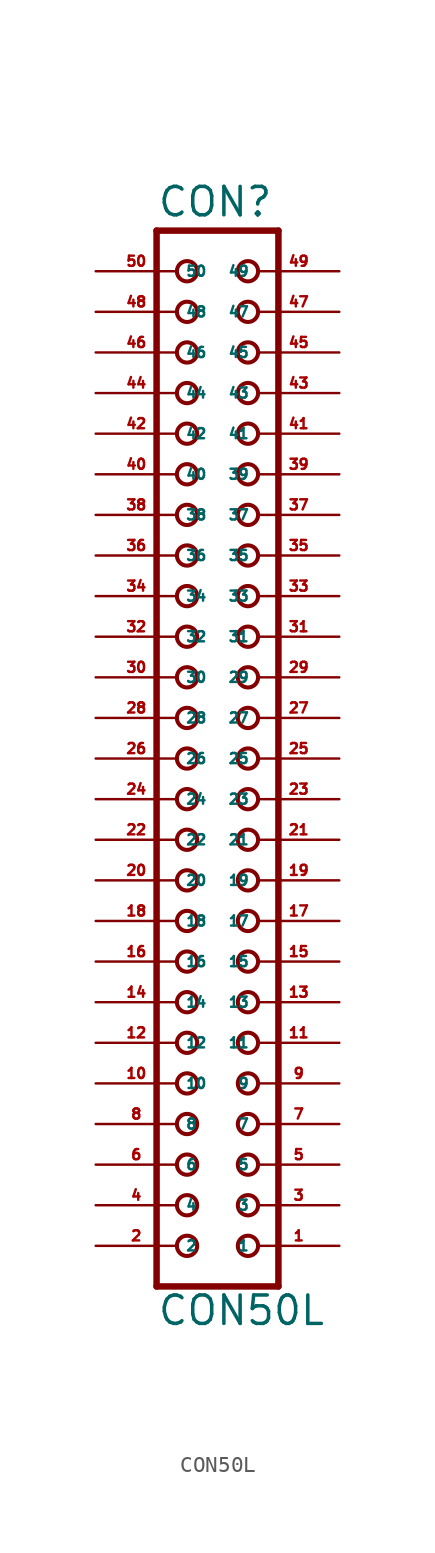
<source format=kicad_sym>
(kicad_symbol_lib
  (version 20220914)
  (generator Eagle2Kicad)
  (symbol "CON50L"
    (property "Reference" "CON"
      (at -3.81 33.782 0)
      (effects (font (size 1.778 1.778) (thickness 0.22)) (justify left bottom)))
    (property "Value" "CON50L"
      (at -3.81 -35.56 0)
      (effects (font (size 1.778 1.778) (thickness 0.22)) (justify left bottom)))
    (polyline
      (pts (xy 3.81 -33.02) (xy -3.81 -33.02))
      (stroke (width 0.406) (type default))
      (fill (type none)))
    (polyline
      (pts (xy -3.81 33.02) (xy -3.81 -33.02))
      (stroke (width 0.406) (type default))
      (fill (type none)))
    (polyline
      (pts (xy -3.81 33.02) (xy 3.81 33.02))
      (stroke (width 0.406) (type default))
      (fill (type none)))
    (polyline
      (pts (xy 3.81 -33.02) (xy 3.81 33.02))
      (stroke (width 0.406) (type default))
      (fill (type none)))
    (circle
      (center 1.905 -30.48)
      (radius 0.635)
      (stroke (width 0.254) (type default))
      (fill (type none)))
    (circle
      (center 1.905 -27.94)
      (radius 0.635)
      (stroke (width 0.254) (type default))
      (fill (type none)))
    (circle
      (center 1.905 -25.4)
      (radius 0.635)
      (stroke (width 0.254) (type default))
      (fill (type none)))
    (circle
      (center 1.905 -22.86)
      (radius 0.635)
      (stroke (width 0.254) (type default))
      (fill (type none)))
    (circle
      (center 1.905 -20.32)
      (radius 0.635)
      (stroke (width 0.254) (type default))
      (fill (type none)))
    (circle
      (center 1.905 -17.78)
      (radius 0.635)
      (stroke (width 0.254) (type default))
      (fill (type none)))
    (circle
      (center 1.905 -15.24)
      (radius 0.635)
      (stroke (width 0.254) (type default))
      (fill (type none)))
    (circle
      (center 1.905 -12.7)
      (radius 0.635)
      (stroke (width 0.254) (type default))
      (fill (type none)))
    (circle
      (center 1.905 -10.16)
      (radius 0.635)
      (stroke (width 0.254) (type default))
      (fill (type none)))
    (circle
      (center 1.905 -7.62)
      (radius 0.635)
      (stroke (width 0.254) (type default))
      (fill (type none)))
    (circle
      (center -1.905 -30.48)
      (radius 0.635)
      (stroke (width 0.254) (type default))
      (fill (type none)))
    (circle
      (center -1.905 -27.94)
      (radius 0.635)
      (stroke (width 0.254) (type default))
      (fill (type none)))
    (circle
      (center -1.905 -25.4)
      (radius 0.635)
      (stroke (width 0.254) (type default))
      (fill (type none)))
    (circle
      (center -1.905 -22.86)
      (radius 0.635)
      (stroke (width 0.254) (type default))
      (fill (type none)))
    (circle
      (center -1.905 -20.32)
      (radius 0.635)
      (stroke (width 0.254) (type default))
      (fill (type none)))
    (circle
      (center -1.905 -17.78)
      (radius 0.635)
      (stroke (width 0.254) (type default))
      (fill (type none)))
    (circle
      (center -1.905 -15.24)
      (radius 0.635)
      (stroke (width 0.254) (type default))
      (fill (type none)))
    (circle
      (center -1.905 -12.7)
      (radius 0.635)
      (stroke (width 0.254) (type default))
      (fill (type none)))
    (circle
      (center -1.905 -10.16)
      (radius 0.635)
      (stroke (width 0.254) (type default))
      (fill (type none)))
    (circle
      (center -1.905 -7.62)
      (radius 0.635)
      (stroke (width 0.254) (type default))
      (fill (type none)))
    (circle
      (center 1.905 -5.08)
      (radius 0.635)
      (stroke (width 0.254) (type default))
      (fill (type none)))
    (circle
      (center 1.905 -2.54)
      (radius 0.635)
      (stroke (width 0.254) (type default))
      (fill (type none)))
    (circle
      (center 1.905 0)
      (radius 0.635)
      (stroke (width 0.254) (type default))
      (fill (type none)))
    (circle
      (center 1.905 2.54)
      (radius 0.635)
      (stroke (width 0.254) (type default))
      (fill (type none)))
    (circle
      (center 1.905 5.08)
      (radius 0.635)
      (stroke (width 0.254) (type default))
      (fill (type none)))
    (circle
      (center 1.905 7.62)
      (radius 0.635)
      (stroke (width 0.254) (type default))
      (fill (type none)))
    (circle
      (center 1.905 10.16)
      (radius 0.635)
      (stroke (width 0.254) (type default))
      (fill (type none)))
    (circle
      (center 1.905 12.7)
      (radius 0.635)
      (stroke (width 0.254) (type default))
      (fill (type none)))
    (circle
      (center 1.905 15.24)
      (radius 0.635)
      (stroke (width 0.254) (type default))
      (fill (type none)))
    (circle
      (center 1.905 17.78)
      (radius 0.635)
      (stroke (width 0.254) (type default))
      (fill (type none)))
    (circle
      (center -1.905 -5.08)
      (radius 0.635)
      (stroke (width 0.254) (type default))
      (fill (type none)))
    (circle
      (center -1.905 -2.54)
      (radius 0.635)
      (stroke (width 0.254) (type default))
      (fill (type none)))
    (circle
      (center -1.905 0)
      (radius 0.635)
      (stroke (width 0.254) (type default))
      (fill (type none)))
    (circle
      (center -1.905 2.54)
      (radius 0.635)
      (stroke (width 0.254) (type default))
      (fill (type none)))
    (circle
      (center -1.905 5.08)
      (radius 0.635)
      (stroke (width 0.254) (type default))
      (fill (type none)))
    (circle
      (center -1.905 7.62)
      (radius 0.635)
      (stroke (width 0.254) (type default))
      (fill (type none)))
    (circle
      (center -1.905 10.16)
      (radius 0.635)
      (stroke (width 0.254) (type default))
      (fill (type none)))
    (circle
      (center -1.905 12.7)
      (radius 0.635)
      (stroke (width 0.254) (type default))
      (fill (type none)))
    (circle
      (center -1.905 15.24)
      (radius 0.635)
      (stroke (width 0.254) (type default))
      (fill (type none)))
    (circle
      (center -1.905 17.78)
      (radius 0.635)
      (stroke (width 0.254) (type default))
      (fill (type none)))
    (circle
      (center 1.905 20.32)
      (radius 0.635)
      (stroke (width 0.254) (type default))
      (fill (type none)))
    (circle
      (center 1.905 22.86)
      (radius 0.635)
      (stroke (width 0.254) (type default))
      (fill (type none)))
    (circle
      (center 1.905 25.4)
      (radius 0.635)
      (stroke (width 0.254) (type default))
      (fill (type none)))
    (circle
      (center 1.905 27.94)
      (radius 0.635)
      (stroke (width 0.254) (type default))
      (fill (type none)))
    (circle
      (center 1.905 30.48)
      (radius 0.635)
      (stroke (width 0.254) (type default))
      (fill (type none)))
    (circle
      (center -1.905 20.32)
      (radius 0.635)
      (stroke (width 0.254) (type default))
      (fill (type none)))
    (circle
      (center -1.905 22.86)
      (radius 0.635)
      (stroke (width 0.254) (type default))
      (fill (type none)))
    (circle
      (center -1.905 25.4)
      (radius 0.635)
      (stroke (width 0.254) (type default))
      (fill (type none)))
    (circle
      (center -1.905 27.94)
      (radius 0.635)
      (stroke (width 0.254) (type default))
      (fill (type none)))
    (circle
      (center -1.905 30.48)
      (radius 0.635)
      (stroke (width 0.254) (type default))
      (fill (type none)))
    (pin passive line
      (at 7.62 -30.48 180)
      (length 5.08)
      (name "1" (effects (font (size 0.635 0.635) (thickness 0.08)) (justify left bottom)))
      (number "1" (effects (font (size 0.635 0.635) (thickness 0.08)) (justify left bottom))))
    (pin passive line
      (at -7.62 -30.48 0)
      (length 5.08)
      (name "2" (effects (font (size 0.635 0.635) (thickness 0.08)) (justify left bottom)))
      (number "2" (effects (font (size 0.635 0.635) (thickness 0.08)) (justify left bottom))))
    (pin passive line
      (at 7.62 -27.94 180)
      (length 5.08)
      (name "3" (effects (font (size 0.635 0.635) (thickness 0.08)) (justify left bottom)))
      (number "3" (effects (font (size 0.635 0.635) (thickness 0.08)) (justify left bottom))))
    (pin passive line
      (at -7.62 -27.94 0)
      (length 5.08)
      (name "4" (effects (font (size 0.635 0.635) (thickness 0.08)) (justify left bottom)))
      (number "4" (effects (font (size 0.635 0.635) (thickness 0.08)) (justify left bottom))))
    (pin passive line
      (at 7.62 -25.4 180)
      (length 5.08)
      (name "5" (effects (font (size 0.635 0.635) (thickness 0.08)) (justify left bottom)))
      (number "5" (effects (font (size 0.635 0.635) (thickness 0.08)) (justify left bottom))))
    (pin passive line
      (at -7.62 -25.4 0)
      (length 5.08)
      (name "6" (effects (font (size 0.635 0.635) (thickness 0.08)) (justify left bottom)))
      (number "6" (effects (font (size 0.635 0.635) (thickness 0.08)) (justify left bottom))))
    (pin passive line
      (at 7.62 -22.86 180)
      (length 5.08)
      (name "7" (effects (font (size 0.635 0.635) (thickness 0.08)) (justify left bottom)))
      (number "7" (effects (font (size 0.635 0.635) (thickness 0.08)) (justify left bottom))))
    (pin passive line
      (at -7.62 -22.86 0)
      (length 5.08)
      (name "8" (effects (font (size 0.635 0.635) (thickness 0.08)) (justify left bottom)))
      (number "8" (effects (font (size 0.635 0.635) (thickness 0.08)) (justify left bottom))))
    (pin passive line
      (at 7.62 -20.32 180)
      (length 5.08)
      (name "9" (effects (font (size 0.635 0.635) (thickness 0.08)) (justify left bottom)))
      (number "9" (effects (font (size 0.635 0.635) (thickness 0.08)) (justify left bottom))))
    (pin passive line
      (at -7.62 -20.32 0)
      (length 5.08)
      (name "10" (effects (font (size 0.635 0.635) (thickness 0.08)) (justify left bottom)))
      (number "10" (effects (font (size 0.635 0.635) (thickness 0.08)) (justify left bottom))))
    (pin passive line
      (at 7.62 -17.78 180)
      (length 5.08)
      (name "11" (effects (font (size 0.635 0.635) (thickness 0.08)) (justify left bottom)))
      (number "11" (effects (font (size 0.635 0.635) (thickness 0.08)) (justify left bottom))))
    (pin passive line
      (at -7.62 -17.78 0)
      (length 5.08)
      (name "12" (effects (font (size 0.635 0.635) (thickness 0.08)) (justify left bottom)))
      (number "12" (effects (font (size 0.635 0.635) (thickness 0.08)) (justify left bottom))))
    (pin passive line
      (at 7.62 -15.24 180)
      (length 5.08)
      (name "13" (effects (font (size 0.635 0.635) (thickness 0.08)) (justify left bottom)))
      (number "13" (effects (font (size 0.635 0.635) (thickness 0.08)) (justify left bottom))))
    (pin passive line
      (at -7.62 -15.24 0)
      (length 5.08)
      (name "14" (effects (font (size 0.635 0.635) (thickness 0.08)) (justify left bottom)))
      (number "14" (effects (font (size 0.635 0.635) (thickness 0.08)) (justify left bottom))))
    (pin passive line
      (at 7.62 -12.7 180)
      (length 5.08)
      (name "15" (effects (font (size 0.635 0.635) (thickness 0.08)) (justify left bottom)))
      (number "15" (effects (font (size 0.635 0.635) (thickness 0.08)) (justify left bottom))))
    (pin passive line
      (at -7.62 -12.7 0)
      (length 5.08)
      (name "16" (effects (font (size 0.635 0.635) (thickness 0.08)) (justify left bottom)))
      (number "16" (effects (font (size 0.635 0.635) (thickness 0.08)) (justify left bottom))))
    (pin passive line
      (at 7.62 -10.16 180)
      (length 5.08)
      (name "17" (effects (font (size 0.635 0.635) (thickness 0.08)) (justify left bottom)))
      (number "17" (effects (font (size 0.635 0.635) (thickness 0.08)) (justify left bottom))))
    (pin passive line
      (at -7.62 -10.16 0)
      (length 5.08)
      (name "18" (effects (font (size 0.635 0.635) (thickness 0.08)) (justify left bottom)))
      (number "18" (effects (font (size 0.635 0.635) (thickness 0.08)) (justify left bottom))))
    (pin passive line
      (at 7.62 -7.62 180)
      (length 5.08)
      (name "19" (effects (font (size 0.635 0.635) (thickness 0.08)) (justify left bottom)))
      (number "19" (effects (font (size 0.635 0.635) (thickness 0.08)) (justify left bottom))))
    (pin passive line
      (at -7.62 -7.62 0)
      (length 5.08)
      (name "20" (effects (font (size 0.635 0.635) (thickness 0.08)) (justify left bottom)))
      (number "20" (effects (font (size 0.635 0.635) (thickness 0.08)) (justify left bottom))))
    (pin passive line
      (at 7.62 -5.08 180)
      (length 5.08)
      (name "21" (effects (font (size 0.635 0.635) (thickness 0.08)) (justify left bottom)))
      (number "21" (effects (font (size 0.635 0.635) (thickness 0.08)) (justify left bottom))))
    (pin passive line
      (at -7.62 -5.08 0)
      (length 5.08)
      (name "22" (effects (font (size 0.635 0.635) (thickness 0.08)) (justify left bottom)))
      (number "22" (effects (font (size 0.635 0.635) (thickness 0.08)) (justify left bottom))))
    (pin passive line
      (at 7.62 -2.54 180)
      (length 5.08)
      (name "23" (effects (font (size 0.635 0.635) (thickness 0.08)) (justify left bottom)))
      (number "23" (effects (font (size 0.635 0.635) (thickness 0.08)) (justify left bottom))))
    (pin passive line
      (at -7.62 -2.54 0)
      (length 5.08)
      (name "24" (effects (font (size 0.635 0.635) (thickness 0.08)) (justify left bottom)))
      (number "24" (effects (font (size 0.635 0.635) (thickness 0.08)) (justify left bottom))))
    (pin passive line
      (at 7.62 0 180)
      (length 5.08)
      (name "25" (effects (font (size 0.635 0.635) (thickness 0.08)) (justify left bottom)))
      (number "25" (effects (font (size 0.635 0.635) (thickness 0.08)) (justify left bottom))))
    (pin passive line
      (at -7.62 0 0)
      (length 5.08)
      (name "26" (effects (font (size 0.635 0.635) (thickness 0.08)) (justify left bottom)))
      (number "26" (effects (font (size 0.635 0.635) (thickness 0.08)) (justify left bottom))))
    (pin passive line
      (at 7.62 2.54 180)
      (length 5.08)
      (name "27" (effects (font (size 0.635 0.635) (thickness 0.08)) (justify left bottom)))
      (number "27" (effects (font (size 0.635 0.635) (thickness 0.08)) (justify left bottom))))
    (pin passive line
      (at -7.62 2.54 0)
      (length 5.08)
      (name "28" (effects (font (size 0.635 0.635) (thickness 0.08)) (justify left bottom)))
      (number "28" (effects (font (size 0.635 0.635) (thickness 0.08)) (justify left bottom))))
    (pin passive line
      (at 7.62 5.08 180)
      (length 5.08)
      (name "29" (effects (font (size 0.635 0.635) (thickness 0.08)) (justify left bottom)))
      (number "29" (effects (font (size 0.635 0.635) (thickness 0.08)) (justify left bottom))))
    (pin passive line
      (at -7.62 5.08 0)
      (length 5.08)
      (name "30" (effects (font (size 0.635 0.635) (thickness 0.08)) (justify left bottom)))
      (number "30" (effects (font (size 0.635 0.635) (thickness 0.08)) (justify left bottom))))
    (pin passive line
      (at 7.62 7.62 180)
      (length 5.08)
      (name "31" (effects (font (size 0.635 0.635) (thickness 0.08)) (justify left bottom)))
      (number "31" (effects (font (size 0.635 0.635) (thickness 0.08)) (justify left bottom))))
    (pin passive line
      (at -7.62 7.62 0)
      (length 5.08)
      (name "32" (effects (font (size 0.635 0.635) (thickness 0.08)) (justify left bottom)))
      (number "32" (effects (font (size 0.635 0.635) (thickness 0.08)) (justify left bottom))))
    (pin passive line
      (at 7.62 10.16 180)
      (length 5.08)
      (name "33" (effects (font (size 0.635 0.635) (thickness 0.08)) (justify left bottom)))
      (number "33" (effects (font (size 0.635 0.635) (thickness 0.08)) (justify left bottom))))
    (pin passive line
      (at -7.62 10.16 0)
      (length 5.08)
      (name "34" (effects (font (size 0.635 0.635) (thickness 0.08)) (justify left bottom)))
      (number "34" (effects (font (size 0.635 0.635) (thickness 0.08)) (justify left bottom))))
    (pin passive line
      (at 7.62 12.7 180)
      (length 5.08)
      (name "35" (effects (font (size 0.635 0.635) (thickness 0.08)) (justify left bottom)))
      (number "35" (effects (font (size 0.635 0.635) (thickness 0.08)) (justify left bottom))))
    (pin passive line
      (at -7.62 12.7 0)
      (length 5.08)
      (name "36" (effects (font (size 0.635 0.635) (thickness 0.08)) (justify left bottom)))
      (number "36" (effects (font (size 0.635 0.635) (thickness 0.08)) (justify left bottom))))
    (pin passive line
      (at 7.62 15.24 180)
      (length 5.08)
      (name "37" (effects (font (size 0.635 0.635) (thickness 0.08)) (justify left bottom)))
      (number "37" (effects (font (size 0.635 0.635) (thickness 0.08)) (justify left bottom))))
    (pin passive line
      (at -7.62 15.24 0)
      (length 5.08)
      (name "38" (effects (font (size 0.635 0.635) (thickness 0.08)) (justify left bottom)))
      (number "38" (effects (font (size 0.635 0.635) (thickness 0.08)) (justify left bottom))))
    (pin passive line
      (at 7.62 17.78 180)
      (length 5.08)
      (name "39" (effects (font (size 0.635 0.635) (thickness 0.08)) (justify left bottom)))
      (number "39" (effects (font (size 0.635 0.635) (thickness 0.08)) (justify left bottom))))
    (pin passive line
      (at -7.62 17.78 0)
      (length 5.08)
      (name "40" (effects (font (size 0.635 0.635) (thickness 0.08)) (justify left bottom)))
      (number "40" (effects (font (size 0.635 0.635) (thickness 0.08)) (justify left bottom))))
    (pin passive line
      (at 7.62 20.32 180)
      (length 5.08)
      (name "41" (effects (font (size 0.635 0.635) (thickness 0.08)) (justify left bottom)))
      (number "41" (effects (font (size 0.635 0.635) (thickness 0.08)) (justify left bottom))))
    (pin passive line
      (at -7.62 20.32 0)
      (length 5.08)
      (name "42" (effects (font (size 0.635 0.635) (thickness 0.08)) (justify left bottom)))
      (number "42" (effects (font (size 0.635 0.635) (thickness 0.08)) (justify left bottom))))
    (pin passive line
      (at 7.62 22.86 180)
      (length 5.08)
      (name "43" (effects (font (size 0.635 0.635) (thickness 0.08)) (justify left bottom)))
      (number "43" (effects (font (size 0.635 0.635) (thickness 0.08)) (justify left bottom))))
    (pin passive line
      (at -7.62 22.86 0)
      (length 5.08)
      (name "44" (effects (font (size 0.635 0.635) (thickness 0.08)) (justify left bottom)))
      (number "44" (effects (font (size 0.635 0.635) (thickness 0.08)) (justify left bottom))))
    (pin passive line
      (at 7.62 25.4 180)
      (length 5.08)
      (name "45" (effects (font (size 0.635 0.635) (thickness 0.08)) (justify left bottom)))
      (number "45" (effects (font (size 0.635 0.635) (thickness 0.08)) (justify left bottom))))
    (pin passive line
      (at -7.62 25.4 0)
      (length 5.08)
      (name "46" (effects (font (size 0.635 0.635) (thickness 0.08)) (justify left bottom)))
      (number "46" (effects (font (size 0.635 0.635) (thickness 0.08)) (justify left bottom))))
    (pin passive line
      (at 7.62 27.94 180)
      (length 5.08)
      (name "47" (effects (font (size 0.635 0.635) (thickness 0.08)) (justify left bottom)))
      (number "47" (effects (font (size 0.635 0.635) (thickness 0.08)) (justify left bottom))))
    (pin passive line
      (at -7.62 27.94 0)
      (length 5.08)
      (name "48" (effects (font (size 0.635 0.635) (thickness 0.08)) (justify left bottom)))
      (number "48" (effects (font (size 0.635 0.635) (thickness 0.08)) (justify left bottom))))
    (pin passive line
      (at 7.62 30.48 180)
      (length 5.08)
      (name "49" (effects (font (size 0.635 0.635) (thickness 0.08)) (justify left bottom)))
      (number "49" (effects (font (size 0.635 0.635) (thickness 0.08)) (justify left bottom))))
    (pin passive line
      (at -7.62 30.48 0)
      (length 5.08)
      (name "50" (effects (font (size 0.635 0.635) (thickness 0.08)) (justify left bottom)))
      (number "50" (effects (font (size 0.635 0.635) (thickness 0.08)) (justify left bottom))))))
</source>
